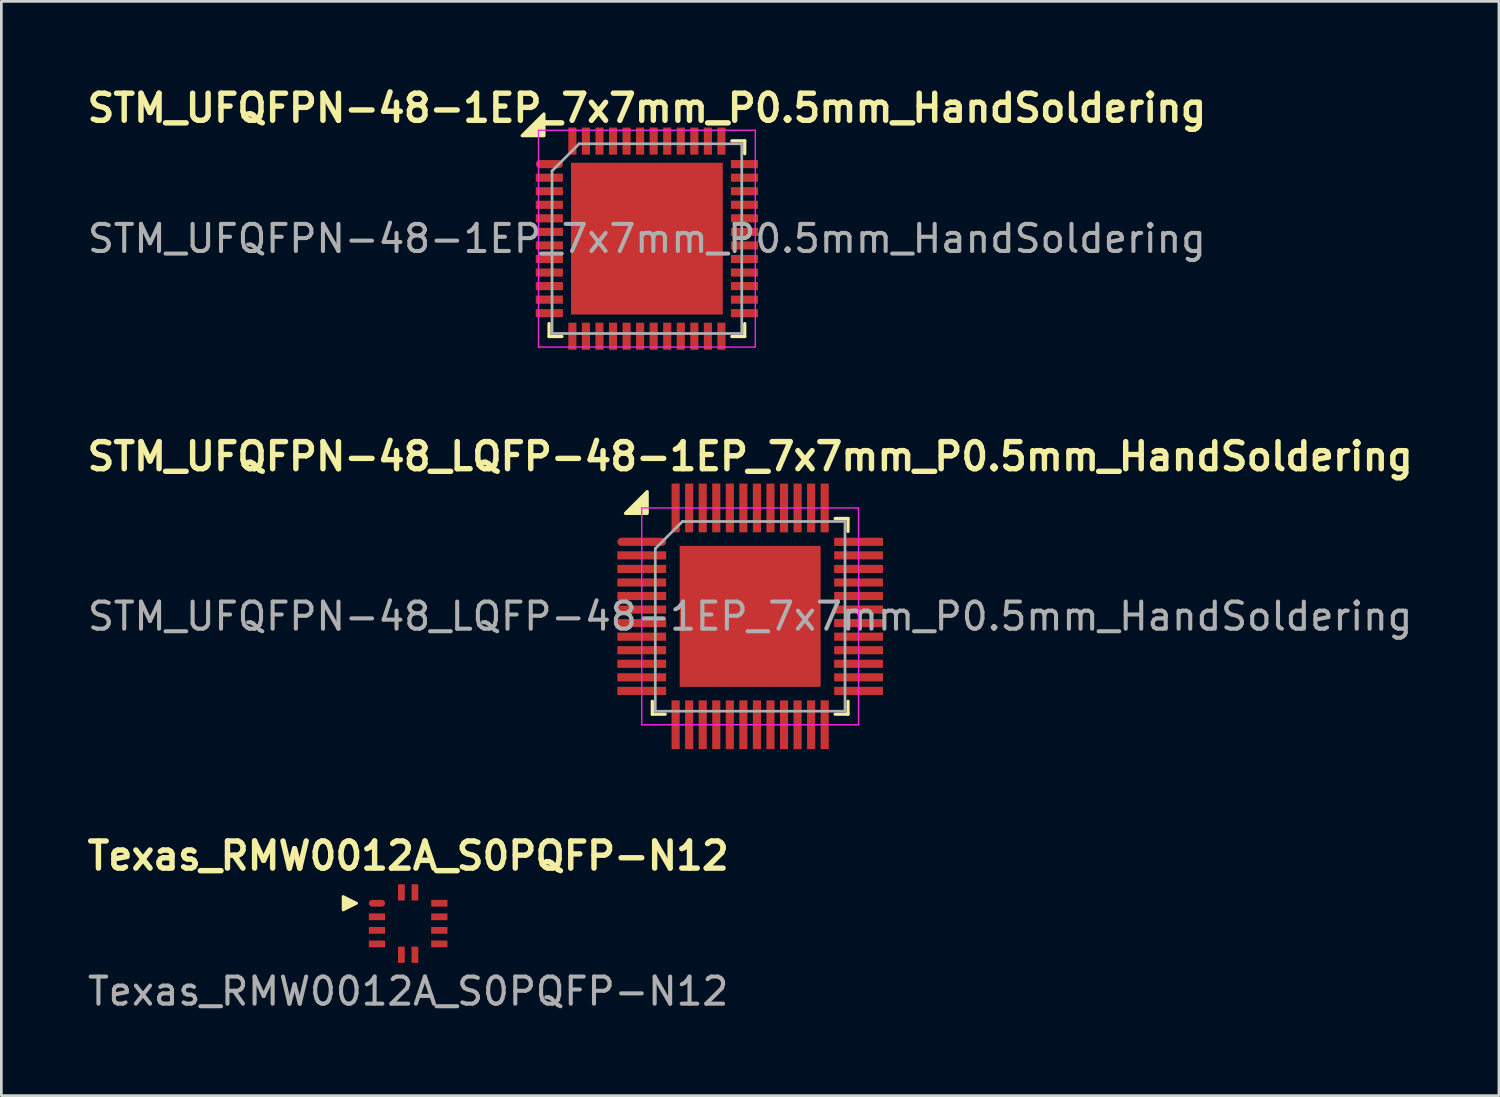
<source format=kicad_pcb>
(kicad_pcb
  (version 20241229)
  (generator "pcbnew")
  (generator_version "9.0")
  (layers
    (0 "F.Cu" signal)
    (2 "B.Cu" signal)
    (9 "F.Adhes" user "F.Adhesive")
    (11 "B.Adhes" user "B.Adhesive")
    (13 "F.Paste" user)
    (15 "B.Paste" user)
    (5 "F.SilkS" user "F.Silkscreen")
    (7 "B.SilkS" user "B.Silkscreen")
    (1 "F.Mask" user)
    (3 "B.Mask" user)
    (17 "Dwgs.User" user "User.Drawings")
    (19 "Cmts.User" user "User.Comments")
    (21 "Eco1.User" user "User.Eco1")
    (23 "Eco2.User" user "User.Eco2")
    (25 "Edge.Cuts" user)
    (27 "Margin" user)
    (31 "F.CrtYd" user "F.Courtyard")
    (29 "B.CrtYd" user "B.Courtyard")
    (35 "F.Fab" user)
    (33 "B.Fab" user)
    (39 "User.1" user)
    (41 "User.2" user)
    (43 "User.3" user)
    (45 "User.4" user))
  (footprint "STM_UFQFPN-48-1EP_7x7mm_P0.5mm_HandSoldering"
    (layer "F.Cu")
    (at 20.819 5.756)
    (property "Reference" "STM_UFQFPN-48-1EP_7x7mm_P0.5mm_HandSoldering" (at 0 -4.82 0) (layer "F.SilkS") (effects (font (size 1 1) (thickness 0.2))))
    (attr smd)
    (fp_line (start -3.61 3.61) (end -3.61 3.135) (stroke (width 0.12) (type solid)) (layer "F.SilkS"))
    (fp_line (start -3.135 3.61) (end -3.61 3.61) (stroke (width 0.12) (type solid)) (layer "F.SilkS"))
    (fp_line (start 3.135 -3.61) (end 3.61 -3.61) (stroke (width 0.12) (type solid)) (layer "F.SilkS"))
    (fp_line (start 3.135 3.61) (end 3.61 3.61) (stroke (width 0.12) (type solid)) (layer "F.SilkS"))
    (fp_line (start 3.61 -3.61) (end 3.61 -3.135) (stroke (width 0.12) (type solid)) (layer "F.SilkS"))
    (fp_line (start 3.61 3.61) (end 3.61 3.135) (stroke (width 0.12) (type solid)) (layer "F.SilkS"))
    (fp_poly (pts (xy -3.8 -3.8) (xy -4.6 -3.8) (xy -3.8 -4.6)) (stroke (width 0.12) (type solid)) (fill yes) (layer "F.SilkS"))
    (fp_line (start -4 -4) (end -4 4) (stroke (width 0.05) (type solid)) (layer "F.CrtYd"))
    (fp_line (start -4 4) (end 4 4) (stroke (width 0.05) (type solid)) (layer "F.CrtYd"))
    (fp_line (start 4 -4) (end -4 -4) (stroke (width 0.05) (type solid)) (layer "F.CrtYd"))
    (fp_line (start 4 4) (end 4 -4) (stroke (width 0.05) (type solid)) (layer "F.CrtYd"))
    (fp_line (start -3.5 -2.5) (end -2.5 -3.5) (stroke (width 0.1) (type solid)) (layer "F.Fab"))
    (fp_line (start -3.5 3.5) (end -3.5 -2.5) (stroke (width 0.1) (type solid)) (layer "F.Fab"))
    (fp_line (start -2.5 -3.5) (end 3.5 -3.5) (stroke (width 0.1) (type solid)) (layer "F.Fab"))
    (fp_line (start 3.5 -3.5) (end 3.5 3.5) (stroke (width 0.1) (type solid)) (layer "F.Fab"))
    (fp_line (start 3.5 3.5) (end -3.5 3.5) (stroke (width 0.1) (type solid)) (layer "F.Fab"))
    (fp_text user "${REFERENCE}" (at 0 0 0) (layer "F.Fab") (effects (font (size 1 1) (thickness 0.15))))
    (pad "" smd roundrect (at -2.04 -2.04) (size 1.1 1.1) (layers "F.Paste") (roundrect_rratio 0.227))
    (pad "" smd roundrect (at -2.04 -0.68) (size 1.1 1.1) (layers "F.Paste") (roundrect_rratio 0.227))
    (pad "" smd roundrect (at -2.04 0.68) (size 1.1 1.1) (layers "F.Paste") (roundrect_rratio 0.227))
    (pad "" smd roundrect (at -2.04 2.04) (size 1.1 1.1) (layers "F.Paste") (roundrect_rratio 0.227))
    (pad "" smd roundrect (at -0.68 -2.04) (size 1.1 1.1) (layers "F.Paste") (roundrect_rratio 0.227))
    (pad "" smd roundrect (at -0.68 -0.68) (size 1.1 1.1) (layers "F.Paste") (roundrect_rratio 0.227))
    (pad "" smd roundrect (at -0.68 0.68) (size 1.1 1.1) (layers "F.Paste") (roundrect_rratio 0.227))
    (pad "" smd roundrect (at -0.68 2.04) (size 1.1 1.1) (layers "F.Paste") (roundrect_rratio 0.227))
    (pad "" smd roundrect (at 0.68 -2.04) (size 1.1 1.1) (layers "F.Paste") (roundrect_rratio 0.227))
    (pad "" smd roundrect (at 0.68 -0.68) (size 1.1 1.1) (layers "F.Paste") (roundrect_rratio 0.227))
    (pad "" smd roundrect (at 0.68 0.68) (size 1.1 1.1) (layers "F.Paste") (roundrect_rratio 0.227))
    (pad "" smd roundrect (at 0.68 2.04) (size 1.1 1.1) (layers "F.Paste") (roundrect_rratio 0.227))
    (pad "" smd roundrect (at 2.04 -2.04) (size 1.1 1.1) (layers "F.Paste") (roundrect_rratio 0.227))
    (pad "" smd roundrect (at 2.04 -0.68) (size 1.1 1.1) (layers "F.Paste") (roundrect_rratio 0.227))
    (pad "" smd roundrect (at 2.04 0.68) (size 1.1 1.1) (layers "F.Paste") (roundrect_rratio 0.227))
    (pad "" smd roundrect (at 2.04 2.04) (size 1.1 1.1) (layers "F.Paste") (roundrect_rratio 0.227))
    (pad "1" smd roundrect (at -3.6 -2.75) (size 1 0.3) (layers "F.Cu" "F.Mask" "F.Paste") (roundrect_rratio 0.5))
    (pad "2" smd rect (at -3.6 -2.25) (size 1 0.3) (layers "F.Cu" "F.Mask" "F.Paste"))
    (pad "3" smd rect (at -3.6 -1.75) (size 1 0.3) (layers "F.Cu" "F.Mask" "F.Paste"))
    (pad "4" smd rect (at -3.6 -1.25) (size 1 0.3) (layers "F.Cu" "F.Mask" "F.Paste"))
    (pad "5" smd rect (at -3.6 -0.75) (size 1 0.3) (layers "F.Cu" "F.Mask" "F.Paste"))
    (pad "6" smd rect (at -3.6 -0.25) (size 1 0.3) (layers "F.Cu" "F.Mask" "F.Paste"))
    (pad "7" smd rect (at -3.6 0.25) (size 1 0.3) (layers "F.Cu" "F.Mask" "F.Paste"))
    (pad "8" smd rect (at -3.6 0.75) (size 1 0.3) (layers "F.Cu" "F.Mask" "F.Paste"))
    (pad "9" smd rect (at -3.6 1.25) (size 1 0.3) (layers "F.Cu" "F.Mask" "F.Paste"))
    (pad "10" smd rect (at -3.6 1.75) (size 1 0.3) (layers "F.Cu" "F.Mask" "F.Paste"))
    (pad "11" smd rect (at -3.6 2.25) (size 1 0.3) (layers "F.Cu" "F.Mask" "F.Paste"))
    (pad "12" smd rect (at -3.6 2.75) (size 1 0.3) (layers "F.Cu" "F.Mask" "F.Paste"))
    (pad "13" smd rect (at -2.75 3.6 90) (size 1 0.3) (layers "F.Cu" "F.Mask" "F.Paste"))
    (pad "14" smd rect (at -2.25 3.6 90) (size 1 0.3) (layers "F.Cu" "F.Mask" "F.Paste"))
    (pad "15" smd rect (at -1.75 3.6 90) (size 1 0.3) (layers "F.Cu" "F.Mask" "F.Paste"))
    (pad "16" smd rect (at -1.25 3.6 90) (size 1 0.3) (layers "F.Cu" "F.Mask" "F.Paste"))
    (pad "17" smd rect (at -0.75 3.6 90) (size 1 0.3) (layers "F.Cu" "F.Mask" "F.Paste"))
    (pad "18" smd rect (at -0.25 3.6 90) (size 1 0.3) (layers "F.Cu" "F.Mask" "F.Paste"))
    (pad "19" smd rect (at 0.25 3.6 90) (size 1 0.3) (layers "F.Cu" "F.Mask" "F.Paste"))
    (pad "20" smd rect (at 0.75 3.6 90) (size 1 0.3) (layers "F.Cu" "F.Mask" "F.Paste"))
    (pad "21" smd rect (at 1.25 3.6 90) (size 1 0.3) (layers "F.Cu" "F.Mask" "F.Paste"))
    (pad "22" smd rect (at 1.75 3.6 90) (size 1 0.3) (layers "F.Cu" "F.Mask" "F.Paste"))
    (pad "23" smd rect (at 2.25 3.6 90) (size 1 0.3) (layers "F.Cu" "F.Mask" "F.Paste"))
    (pad "24" smd rect (at 2.75 3.6 90) (size 1 0.3) (layers "F.Cu" "F.Mask" "F.Paste"))
    (pad "25" smd rect (at 3.6 2.75) (size 1 0.3) (layers "F.Cu" "F.Mask" "F.Paste"))
    (pad "26" smd rect (at 3.6 2.25) (size 1 0.3) (layers "F.Cu" "F.Mask" "F.Paste"))
    (pad "27" smd rect (at 3.6 1.75) (size 1 0.3) (layers "F.Cu" "F.Mask" "F.Paste"))
    (pad "28" smd rect (at 3.6 1.25) (size 1 0.3) (layers "F.Cu" "F.Mask" "F.Paste"))
    (pad "29" smd rect (at 3.6 0.75) (size 1 0.3) (layers "F.Cu" "F.Mask" "F.Paste"))
    (pad "30" smd rect (at 3.6 0.25) (size 1 0.3) (layers "F.Cu" "F.Mask" "F.Paste"))
    (pad "31" smd rect (at 3.6 -0.25) (size 1 0.3) (layers "F.Cu" "F.Mask" "F.Paste"))
    (pad "32" smd rect (at 3.6 -0.75) (size 1 0.3) (layers "F.Cu" "F.Mask" "F.Paste"))
    (pad "33" smd rect (at 3.6 -1.25) (size 1 0.3) (layers "F.Cu" "F.Mask" "F.Paste"))
    (pad "34" smd rect (at 3.6 -1.75) (size 1 0.3) (layers "F.Cu" "F.Mask" "F.Paste"))
    (pad "35" smd rect (at 3.6 -2.25) (size 1 0.3) (layers "F.Cu" "F.Mask" "F.Paste"))
    (pad "36" smd rect (at 3.6 -2.75) (size 1 0.3) (layers "F.Cu" "F.Mask" "F.Paste"))
    (pad "37" smd rect (at 2.75 -3.6 90) (size 1 0.3) (layers "F.Cu" "F.Mask" "F.Paste"))
    (pad "38" smd rect (at 2.25 -3.6 90) (size 1 0.3) (layers "F.Cu" "F.Mask" "F.Paste"))
    (pad "39" smd rect (at 1.75 -3.6 90) (size 1 0.3) (layers "F.Cu" "F.Mask" "F.Paste"))
    (pad "40" smd rect (at 1.25 -3.6 90) (size 1 0.3) (layers "F.Cu" "F.Mask" "F.Paste"))
    (pad "41" smd rect (at 0.75 -3.6 90) (size 1 0.3) (layers "F.Cu" "F.Mask" "F.Paste"))
    (pad "42" smd rect (at 0.25 -3.6 90) (size 1 0.3) (layers "F.Cu" "F.Mask" "F.Paste"))
    (pad "43" smd rect (at -0.25 -3.6 90) (size 1 0.3) (layers "F.Cu" "F.Mask" "F.Paste"))
    (pad "44" smd rect (at -0.75 -3.6 90) (size 1 0.3) (layers "F.Cu" "F.Mask" "F.Paste"))
    (pad "45" smd rect (at -1.25 -3.6 90) (size 1 0.3) (layers "F.Cu" "F.Mask" "F.Paste"))
    (pad "46" smd rect (at -1.75 -3.6 90) (size 1 0.3) (layers "F.Cu" "F.Mask" "F.Paste"))
    (pad "47" smd rect (at -2.25 -3.6 90) (size 1 0.3) (layers "F.Cu" "F.Mask" "F.Paste"))
    (pad "48" smd rect (at -2.75 -3.6 90) (size 1 0.3) (layers "F.Cu" "F.Mask" "F.Paste"))
    (pad "49" smd rect (at 0 0) (size 5.6 5.6) (layers "F.Cu" "F.Mask")))
  (footprint "STM_UFQFPN-48_LQFP-48-1EP_7x7mm_P0.5mm_HandSoldering"
    (layer "F.Cu")
    (at 24.629 19.692)
    (property "Reference" "STM_UFQFPN-48_LQFP-48-1EP_7x7mm_P0.5mm_HandSoldering" (at 0 -5.9 0) (layer "F.SilkS") (effects (font (size 1 1) (thickness 0.2))))
    (attr smd)
    (fp_line (start -3.61 3.61) (end -3.61 3.135) (stroke (width 0.12) (type solid)) (layer "F.SilkS"))
    (fp_line (start -3.135 3.61) (end -3.61 3.61) (stroke (width 0.12) (type solid)) (layer "F.SilkS"))
    (fp_line (start 3.135 -3.61) (end 3.61 -3.61) (stroke (width 0.12) (type solid)) (layer "F.SilkS"))
    (fp_line (start 3.135 3.61) (end 3.61 3.61) (stroke (width 0.12) (type solid)) (layer "F.SilkS"))
    (fp_line (start 3.61 -3.61) (end 3.61 -3.135) (stroke (width 0.12) (type solid)) (layer "F.SilkS"))
    (fp_line (start 3.61 3.61) (end 3.61 3.135) (stroke (width 0.12) (type solid)) (layer "F.SilkS"))
    (fp_poly (pts (xy -3.8 -3.8) (xy -4.6 -3.8) (xy -3.8 -4.6)) (stroke (width 0.12) (type solid)) (fill yes) (layer "F.SilkS"))
    (fp_line (start -4 -4) (end -4 4) (stroke (width 0.05) (type solid)) (layer "F.CrtYd"))
    (fp_line (start -4 4) (end 4 4) (stroke (width 0.05) (type solid)) (layer "F.CrtYd"))
    (fp_line (start 4 -4) (end -4 -4) (stroke (width 0.05) (type solid)) (layer "F.CrtYd"))
    (fp_line (start 4 4) (end 4 -4) (stroke (width 0.05) (type solid)) (layer "F.CrtYd"))
    (fp_line (start -3.5 -2.5) (end -2.5 -3.5) (stroke (width 0.1) (type solid)) (layer "F.Fab"))
    (fp_line (start -3.5 3.5) (end -3.5 -2.5) (stroke (width 0.1) (type solid)) (layer "F.Fab"))
    (fp_line (start -2.5 -3.5) (end 3.5 -3.5) (stroke (width 0.1) (type solid)) (layer "F.Fab"))
    (fp_line (start 3.5 -3.5) (end 3.5 3.5) (stroke (width 0.1) (type solid)) (layer "F.Fab"))
    (fp_line (start 3.5 3.5) (end -3.5 3.5) (stroke (width 0.1) (type solid)) (layer "F.Fab"))
    (fp_text user "${REFERENCE}" (at 0 0 0) (layer "F.Fab") (effects (font (size 1 1) (thickness 0.15))))
    (pad "" smd roundrect (at -2.04 -2.04) (size 1.1 1.1) (layers "F.Paste") (roundrect_rratio 0.227))
    (pad "" smd roundrect (at -2.04 -0.68) (size 1.1 1.1) (layers "F.Paste") (roundrect_rratio 0.227))
    (pad "" smd roundrect (at -2.04 0.68) (size 1.1 1.1) (layers "F.Paste") (roundrect_rratio 0.227))
    (pad "" smd roundrect (at -2.04 2.04) (size 1.1 1.1) (layers "F.Paste") (roundrect_rratio 0.227))
    (pad "" smd roundrect (at -0.68 -2.04) (size 1.1 1.1) (layers "F.Paste") (roundrect_rratio 0.227))
    (pad "" smd roundrect (at -0.68 -0.68) (size 1.1 1.1) (layers "F.Paste") (roundrect_rratio 0.227))
    (pad "" smd roundrect (at -0.68 0.68) (size 1.1 1.1) (layers "F.Paste") (roundrect_rratio 0.227))
    (pad "" smd roundrect (at -0.68 2.04) (size 1.1 1.1) (layers "F.Paste") (roundrect_rratio 0.227))
    (pad "" smd roundrect (at 0.68 -2.04) (size 1.1 1.1) (layers "F.Paste") (roundrect_rratio 0.227))
    (pad "" smd roundrect (at 0.68 -0.68) (size 1.1 1.1) (layers "F.Paste") (roundrect_rratio 0.227))
    (pad "" smd roundrect (at 0.68 0.68) (size 1.1 1.1) (layers "F.Paste") (roundrect_rratio 0.227))
    (pad "" smd roundrect (at 0.68 2.04) (size 1.1 1.1) (layers "F.Paste") (roundrect_rratio 0.227))
    (pad "" smd roundrect (at 2.04 -2.04) (size 1.1 1.1) (layers "F.Paste") (roundrect_rratio 0.227))
    (pad "" smd roundrect (at 2.04 -0.68) (size 1.1 1.1) (layers "F.Paste") (roundrect_rratio 0.227))
    (pad "" smd roundrect (at 2.04 0.68) (size 1.1 1.1) (layers "F.Paste") (roundrect_rratio 0.227))
    (pad "" smd roundrect (at 2.04 2.04) (size 1.1 1.1) (layers "F.Paste") (roundrect_rratio 0.227))
    (pad "1" smd roundrect (at -4 -2.75) (size 1.8 0.3) (layers "F.Cu" "F.Mask" "F.Paste") (roundrect_rratio 0.5))
    (pad "2" smd rect (at -4 -2.25) (size 1.8 0.3) (layers "F.Cu" "F.Mask" "F.Paste"))
    (pad "3" smd rect (at -4 -1.75) (size 1.8 0.3) (layers "F.Cu" "F.Mask" "F.Paste"))
    (pad "4" smd rect (at -4 -1.25) (size 1.8 0.3) (layers "F.Cu" "F.Mask" "F.Paste"))
    (pad "5" smd rect (at -4 -0.75) (size 1.8 0.3) (layers "F.Cu" "F.Mask" "F.Paste"))
    (pad "6" smd rect (at -4 -0.25) (size 1.8 0.3) (layers "F.Cu" "F.Mask" "F.Paste"))
    (pad "7" smd rect (at -4 0.25) (size 1.8 0.3) (layers "F.Cu" "F.Mask" "F.Paste"))
    (pad "8" smd rect (at -4 0.75) (size 1.8 0.3) (layers "F.Cu" "F.Mask" "F.Paste"))
    (pad "9" smd rect (at -4 1.25) (size 1.8 0.3) (layers "F.Cu" "F.Mask" "F.Paste"))
    (pad "10" smd rect (at -4 1.75) (size 1.8 0.3) (layers "F.Cu" "F.Mask" "F.Paste"))
    (pad "11" smd rect (at -4 2.25) (size 1.8 0.3) (layers "F.Cu" "F.Mask" "F.Paste"))
    (pad "12" smd rect (at -4 2.75) (size 1.8 0.3) (layers "F.Cu" "F.Mask" "F.Paste"))
    (pad "13" smd rect (at -2.75 4 90) (size 1.8 0.3) (layers "F.Cu" "F.Mask" "F.Paste"))
    (pad "14" smd rect (at -2.25 4 90) (size 1.8 0.3) (layers "F.Cu" "F.Mask" "F.Paste"))
    (pad "15" smd rect (at -1.75 4 90) (size 1.8 0.3) (layers "F.Cu" "F.Mask" "F.Paste"))
    (pad "16" smd rect (at -1.25 4 90) (size 1.8 0.3) (layers "F.Cu" "F.Mask" "F.Paste"))
    (pad "17" smd rect (at -0.75 4 90) (size 1.8 0.3) (layers "F.Cu" "F.Mask" "F.Paste"))
    (pad "18" smd rect (at -0.25 4 90) (size 1.8 0.3) (layers "F.Cu" "F.Mask" "F.Paste"))
    (pad "19" smd rect (at 0.25 4 90) (size 1.8 0.3) (layers "F.Cu" "F.Mask" "F.Paste"))
    (pad "20" smd rect (at 0.75 4 90) (size 1.8 0.3) (layers "F.Cu" "F.Mask" "F.Paste"))
    (pad "21" smd rect (at 1.25 4 90) (size 1.8 0.3) (layers "F.Cu" "F.Mask" "F.Paste"))
    (pad "22" smd rect (at 1.75 4 90) (size 1.8 0.3) (layers "F.Cu" "F.Mask" "F.Paste"))
    (pad "23" smd rect (at 2.25 4 90) (size 1.8 0.3) (layers "F.Cu" "F.Mask" "F.Paste"))
    (pad "24" smd rect (at 2.75 4 90) (size 1.8 0.3) (layers "F.Cu" "F.Mask" "F.Paste"))
    (pad "25" smd rect (at 4 2.75) (size 1.8 0.3) (layers "F.Cu" "F.Mask" "F.Paste"))
    (pad "26" smd rect (at 4 2.25) (size 1.8 0.3) (layers "F.Cu" "F.Mask" "F.Paste"))
    (pad "27" smd rect (at 4 1.75) (size 1.8 0.3) (layers "F.Cu" "F.Mask" "F.Paste"))
    (pad "28" smd rect (at 4 1.25) (size 1.8 0.3) (layers "F.Cu" "F.Mask" "F.Paste"))
    (pad "29" smd rect (at 4 0.75) (size 1.8 0.3) (layers "F.Cu" "F.Mask" "F.Paste"))
    (pad "30" smd rect (at 4 0.25) (size 1.8 0.3) (layers "F.Cu" "F.Mask" "F.Paste"))
    (pad "31" smd rect (at 4 -0.25) (size 1.8 0.3) (layers "F.Cu" "F.Mask" "F.Paste"))
    (pad "32" smd rect (at 4 -0.75) (size 1.8 0.3) (layers "F.Cu" "F.Mask" "F.Paste"))
    (pad "33" smd rect (at 4 -1.25) (size 1.8 0.3) (layers "F.Cu" "F.Mask" "F.Paste"))
    (pad "34" smd rect (at 4 -1.75) (size 1.8 0.3) (layers "F.Cu" "F.Mask" "F.Paste"))
    (pad "35" smd rect (at 4 -2.25) (size 1.8 0.3) (layers "F.Cu" "F.Mask" "F.Paste"))
    (pad "36" smd rect (at 4 -2.75) (size 1.8 0.3) (layers "F.Cu" "F.Mask" "F.Paste"))
    (pad "37" smd rect (at 2.75 -4 90) (size 1.8 0.3) (layers "F.Cu" "F.Mask" "F.Paste"))
    (pad "38" smd rect (at 2.25 -4 90) (size 1.8 0.3) (layers "F.Cu" "F.Mask" "F.Paste"))
    (pad "39" smd rect (at 1.75 -4 90) (size 1.8 0.3) (layers "F.Cu" "F.Mask" "F.Paste"))
    (pad "40" smd rect (at 1.25 -4 90) (size 1.8 0.3) (layers "F.Cu" "F.Mask" "F.Paste"))
    (pad "41" smd rect (at 0.75 -4 90) (size 1.8 0.3) (layers "F.Cu" "F.Mask" "F.Paste"))
    (pad "42" smd rect (at 0.25 -4 90) (size 1.8 0.3) (layers "F.Cu" "F.Mask" "F.Paste"))
    (pad "43" smd rect (at -0.25 -4 90) (size 1.8 0.3) (layers "F.Cu" "F.Mask" "F.Paste"))
    (pad "44" smd rect (at -0.75 -4 90) (size 1.8 0.3) (layers "F.Cu" "F.Mask" "F.Paste"))
    (pad "45" smd rect (at -1.25 -4 90) (size 1.8 0.3) (layers "F.Cu" "F.Mask" "F.Paste"))
    (pad "46" smd rect (at -1.75 -4 90) (size 1.8 0.3) (layers "F.Cu" "F.Mask" "F.Paste"))
    (pad "47" smd rect (at -2.25 -4 90) (size 1.8 0.3) (layers "F.Cu" "F.Mask" "F.Paste"))
    (pad "48" smd rect (at -2.75 -4 90) (size 1.8 0.3) (layers "F.Cu" "F.Mask" "F.Paste"))
    (pad "49" smd rect (at 0 0) (size 5.2 5.2) (layers "F.Cu" "F.Mask")))
  (footprint "Texas_RMW0012A_S0PQFP-N12"
    (layer "F.Cu")
    (at 12.01 31.028)
    (property "Reference" "Texas_RMW0012A_S0PQFP-N12" (at 0 -2.5 0) (unlocked yes) (layer "F.SilkS") (effects (font (size 1 1) (thickness 0.2) (bold yes))))
    (attr smd)
    (fp_poly (pts (xy -1.9 -0.75) (xy -2.4 -0.5) (xy -2.4 -1)) (stroke (width 0.1) (type solid)) (fill yes) (layer "F.SilkS"))
    (fp_text user "${REFERENCE}" (at 0 2.5 0) (unlocked yes) (layer "F.Fab") (effects (font (size 1 1) (thickness 0.15))))
    (pad "1" smd roundrect (at -1.15 -0.75) (size 0.6 0.25) (layers "F.Cu" "F.Mask" "F.Paste") (roundrect_rratio 0.5))
    (pad "2" smd rect (at -1.15 -0.25) (size 0.6 0.25) (layers "F.Cu" "F.Mask" "F.Paste"))
    (pad "3" smd rect (at -1.15 0.25) (size 0.6 0.25) (layers "F.Cu" "F.Mask" "F.Paste"))
    (pad "4" smd rect (at -1.15 0.75) (size 0.6 0.25) (layers "F.Cu" "F.Mask" "F.Paste"))
    (pad "5" smd rect (at -0.25 1.15 90) (size 0.6 0.25) (layers "F.Cu" "F.Mask" "F.Paste"))
    (pad "6" smd rect (at 0.25 1.15 90) (size 0.6 0.25) (layers "F.Cu" "F.Mask" "F.Paste"))
    (pad "7" smd rect (at 1.15 0.75) (size 0.6 0.25) (layers "F.Cu" "F.Mask" "F.Paste"))
    (pad "8" smd rect (at 1.15 0.25) (size 0.6 0.25) (layers "F.Cu" "F.Mask" "F.Paste"))
    (pad "9" smd rect (at 1.15 -0.25) (size 0.6 0.25) (layers "F.Cu" "F.Mask" "F.Paste"))
    (pad "10" smd rect (at 1.15 -0.75) (size 0.6 0.25) (layers "F.Cu" "F.Mask" "F.Paste"))
    (pad "11" smd rect (at 0.25 -1.15 90) (size 0.6 0.25) (layers "F.Cu" "F.Mask" "F.Paste"))
    (pad "12" smd rect (at -0.25 -1.15 90) (size 0.6 0.25) (layers "F.Cu" "F.Mask" "F.Paste")))
  (gr_rect
    (start -3 -3)
    (end 52.257 37.376)
    (stroke (width 0.1) (type default))
    (fill no)
    (layer "Edge.Cuts")))
</source>
